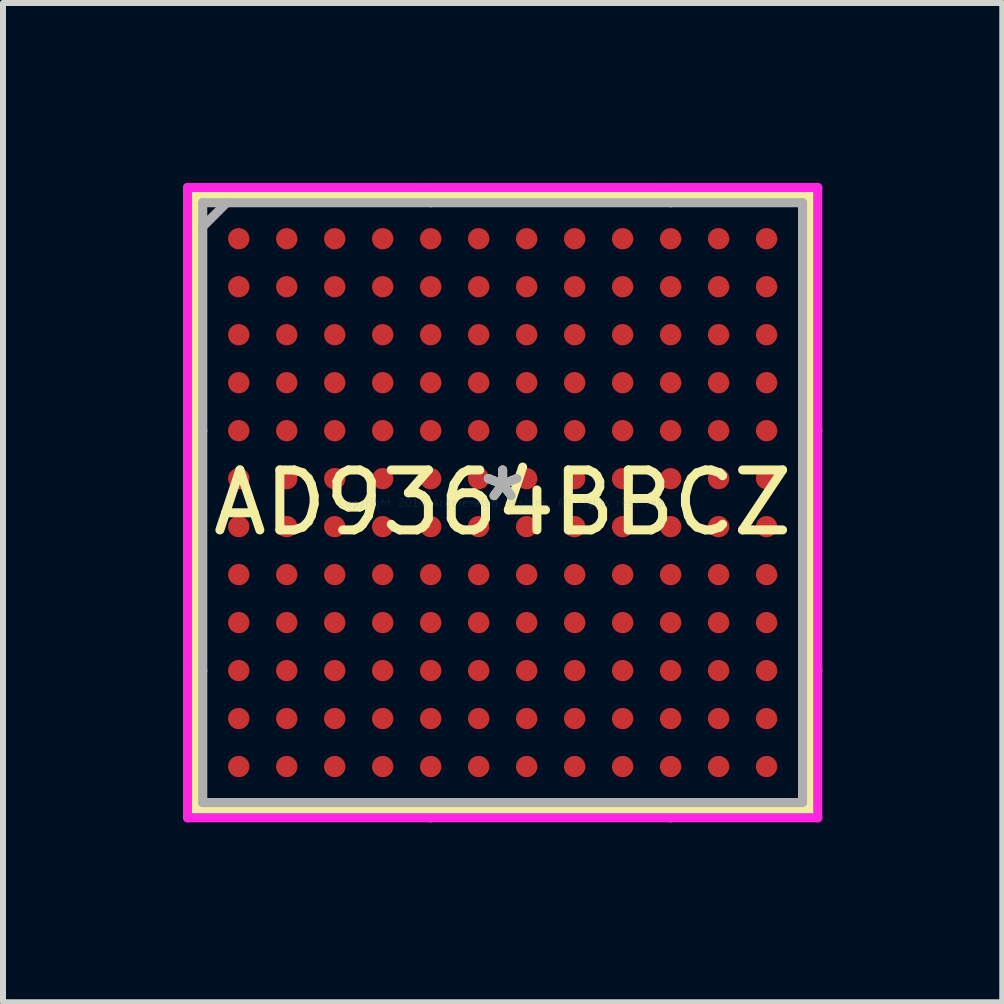
<source format=kicad_pcb>
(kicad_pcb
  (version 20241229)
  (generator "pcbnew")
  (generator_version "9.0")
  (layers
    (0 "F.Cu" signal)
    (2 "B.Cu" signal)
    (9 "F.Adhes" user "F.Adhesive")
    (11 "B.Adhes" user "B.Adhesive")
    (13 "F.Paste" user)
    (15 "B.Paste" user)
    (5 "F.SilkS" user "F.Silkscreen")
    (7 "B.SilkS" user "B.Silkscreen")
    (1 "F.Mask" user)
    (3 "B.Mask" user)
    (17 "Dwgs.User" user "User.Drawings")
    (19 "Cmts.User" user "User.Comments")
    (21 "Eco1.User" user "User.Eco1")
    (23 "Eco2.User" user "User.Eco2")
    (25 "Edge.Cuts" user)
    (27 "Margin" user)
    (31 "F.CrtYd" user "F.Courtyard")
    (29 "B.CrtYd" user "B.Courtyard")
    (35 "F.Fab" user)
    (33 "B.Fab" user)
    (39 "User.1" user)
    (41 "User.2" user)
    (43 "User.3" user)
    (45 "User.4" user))
  (footprint "AD9364BBCZ"
    (layer "F.Cu")
    (at 5.33 5.33)
    (property "Reference" "AD9364BBCZ" (at 0 0 0) (layer "F.SilkS") (effects (font (size 1 1) (thickness 0.15))))
    (attr through_hole)
    (fp_line (start -5.127 -5.127) (end -5.127 5.127) (stroke (width 0.152) (type solid)) (layer "F.SilkS"))
    (fp_line (start -5.127 5.127) (end 5.127 5.127) (stroke (width 0.152) (type solid)) (layer "F.SilkS"))
    (fp_line (start -5 -1.2) (end -5.254 -1.2) (stroke (width 0.152) (type solid)) (layer "F.SilkS"))
    (fp_line (start -5 2.8) (end -5.254 2.8) (stroke (width 0.152) (type solid)) (layer "F.SilkS"))
    (fp_line (start -1.2 -5) (end -1.2 -5.254) (stroke (width 0.152) (type solid)) (layer "F.SilkS"))
    (fp_line (start -1.2 5) (end -1.2 5.254) (stroke (width 0.152) (type solid)) (layer "F.SilkS"))
    (fp_line (start 2.8 -5) (end 2.8 -5.254) (stroke (width 0.152) (type solid)) (layer "F.SilkS"))
    (fp_line (start 2.8 5) (end 2.8 5.254) (stroke (width 0.152) (type solid)) (layer "F.SilkS"))
    (fp_line (start 5 -1.2) (end 5.254 -1.2) (stroke (width 0.152) (type solid)) (layer "F.SilkS"))
    (fp_line (start 5 2.8) (end 5.254 2.8) (stroke (width 0.152) (type solid)) (layer "F.SilkS"))
    (fp_line (start 5.127 -5.127) (end -5.127 -5.127) (stroke (width 0.152) (type solid)) (layer "F.SilkS"))
    (fp_line (start 5.127 5.127) (end 5.127 -5.127) (stroke (width 0.152) (type solid)) (layer "F.SilkS"))
    (fp_line (start -5.254 -5.254) (end 5.254 -5.254) (stroke (width 0.152) (type solid)) (layer "F.CrtYd"))
    (fp_line (start -5.254 5.254) (end -5.254 -5.254) (stroke (width 0.152) (type solid)) (layer "F.CrtYd"))
    (fp_line (start 5.254 -5.254) (end 5.254 5.254) (stroke (width 0.152) (type solid)) (layer "F.CrtYd"))
    (fp_line (start 5.254 5.254) (end -5.254 5.254) (stroke (width 0.152) (type solid)) (layer "F.CrtYd"))
    (fp_line (start -5 -5) (end -5 5) (stroke (width 0.152) (type solid)) (layer "F.Fab"))
    (fp_line (start -5 5) (end 5 5) (stroke (width 0.152) (type solid)) (layer "F.Fab"))
    (fp_line (start -4.6 -5) (end -5 -4.6) (stroke (width 0.152) (type solid)) (layer "F.Fab"))
    (fp_line (start 5 -5) (end -5 -5) (stroke (width 0.152) (type solid)) (layer "F.Fab"))
    (fp_line (start 5 5) (end 5 -5) (stroke (width 0.152) (type solid)) (layer "F.Fab"))
    (fp_text user "*" (at 0 0 0) (layer "F.SilkS") (effects (font (size 1 1) (thickness 0.15))))
    (fp_text user "Copyright 2016 Accelerated Designs. All rights reserved." (at 0 0 0) (layer "Cmts.User") (effects (font (size 0.127 0.127) (thickness 0.002))))
    (fp_text user "*" (at 0 0 0) (layer "F.Fab") (effects (font (size 1 1) (thickness 0.15))))
    (pad "A1" smd circle (at -4.4 -4.4) (size 0.356 0.356) (layers "F.Cu" "F.Mask" "F.Paste"))
    (pad "A2" smd circle (at -3.6 -4.4) (size 0.356 0.356) (layers "F.Cu" "F.Mask" "F.Paste"))
    (pad "A3" smd circle (at -2.8 -4.4) (size 0.356 0.356) (layers "F.Cu" "F.Mask" "F.Paste"))
    (pad "A4" smd circle (at -2 -4.4) (size 0.356 0.356) (layers "F.Cu" "F.Mask" "F.Paste"))
    (pad "A5" smd circle (at -1.2 -4.4) (size 0.356 0.356) (layers "F.Cu" "F.Mask" "F.Paste"))
    (pad "A6" smd circle (at -0.4 -4.4) (size 0.356 0.356) (layers "F.Cu" "F.Mask" "F.Paste"))
    (pad "A7" smd circle (at 0.4 -4.4) (size 0.356 0.356) (layers "F.Cu" "F.Mask" "F.Paste"))
    (pad "A8" smd circle (at 1.2 -4.4) (size 0.356 0.356) (layers "F.Cu" "F.Mask" "F.Paste"))
    (pad "A9" smd circle (at 2 -4.4) (size 0.356 0.356) (layers "F.Cu" "F.Mask" "F.Paste"))
    (pad "A10" smd circle (at 2.8 -4.4) (size 0.356 0.356) (layers "F.Cu" "F.Mask" "F.Paste"))
    (pad "A11" smd circle (at 3.6 -4.4) (size 0.356 0.356) (layers "F.Cu" "F.Mask" "F.Paste"))
    (pad "A12" smd circle (at 4.4 -4.4) (size 0.356 0.356) (layers "F.Cu" "F.Mask" "F.Paste"))
    (pad "B1" smd circle (at -4.4 -3.6) (size 0.356 0.356) (layers "F.Cu" "F.Mask" "F.Paste"))
    (pad "B2" smd circle (at -3.6 -3.6) (size 0.356 0.356) (layers "F.Cu" "F.Mask" "F.Paste"))
    (pad "B3" smd circle (at -2.8 -3.6) (size 0.356 0.356) (layers "F.Cu" "F.Mask" "F.Paste"))
    (pad "B4" smd circle (at -2 -3.6) (size 0.356 0.356) (layers "F.Cu" "F.Mask" "F.Paste"))
    (pad "B5" smd circle (at -1.2 -3.6) (size 0.356 0.356) (layers "F.Cu" "F.Mask" "F.Paste"))
    (pad "B6" smd circle (at -0.4 -3.6) (size 0.356 0.356) (layers "F.Cu" "F.Mask" "F.Paste"))
    (pad "B7" smd circle (at 0.4 -3.6) (size 0.356 0.356) (layers "F.Cu" "F.Mask" "F.Paste"))
    (pad "B8" smd circle (at 1.2 -3.6) (size 0.356 0.356) (layers "F.Cu" "F.Mask" "F.Paste"))
    (pad "B9" smd circle (at 2 -3.6) (size 0.356 0.356) (layers "F.Cu" "F.Mask" "F.Paste"))
    (pad "B10" smd circle (at 2.8 -3.6) (size 0.356 0.356) (layers "F.Cu" "F.Mask" "F.Paste"))
    (pad "B11" smd circle (at 3.6 -3.6) (size 0.356 0.356) (layers "F.Cu" "F.Mask" "F.Paste"))
    (pad "B12" smd circle (at 4.4 -3.6) (size 0.356 0.356) (layers "F.Cu" "F.Mask" "F.Paste"))
    (pad "C1" smd circle (at -4.4 -2.8) (size 0.356 0.356) (layers "F.Cu" "F.Mask" "F.Paste"))
    (pad "C2" smd circle (at -3.6 -2.8) (size 0.356 0.356) (layers "F.Cu" "F.Mask" "F.Paste"))
    (pad "C3" smd circle (at -2.8 -2.8) (size 0.356 0.356) (layers "F.Cu" "F.Mask" "F.Paste"))
    (pad "C4" smd circle (at -2 -2.8) (size 0.356 0.356) (layers "F.Cu" "F.Mask" "F.Paste"))
    (pad "C5" smd circle (at -1.2 -2.8) (size 0.356 0.356) (layers "F.Cu" "F.Mask" "F.Paste"))
    (pad "C6" smd circle (at -0.4 -2.8) (size 0.356 0.356) (layers "F.Cu" "F.Mask" "F.Paste"))
    (pad "C7" smd circle (at 0.4 -2.8) (size 0.356 0.356) (layers "F.Cu" "F.Mask" "F.Paste"))
    (pad "C8" smd circle (at 1.2 -2.8) (size 0.356 0.356) (layers "F.Cu" "F.Mask" "F.Paste"))
    (pad "C9" smd circle (at 2 -2.8) (size 0.356 0.356) (layers "F.Cu" "F.Mask" "F.Paste"))
    (pad "C10" smd circle (at 2.8 -2.8) (size 0.356 0.356) (layers "F.Cu" "F.Mask" "F.Paste"))
    (pad "C11" smd circle (at 3.6 -2.8) (size 0.356 0.356) (layers "F.Cu" "F.Mask" "F.Paste"))
    (pad "C12" smd circle (at 4.4 -2.8) (size 0.356 0.356) (layers "F.Cu" "F.Mask" "F.Paste"))
    (pad "D1" smd circle (at -4.4 -2) (size 0.356 0.356) (layers "F.Cu" "F.Mask" "F.Paste"))
    (pad "D2" smd circle (at -3.6 -2) (size 0.356 0.356) (layers "F.Cu" "F.Mask" "F.Paste"))
    (pad "D3" smd circle (at -2.8 -2) (size 0.356 0.356) (layers "F.Cu" "F.Mask" "F.Paste"))
    (pad "D4" smd circle (at -2 -2) (size 0.356 0.356) (layers "F.Cu" "F.Mask" "F.Paste"))
    (pad "D5" smd circle (at -1.2 -2) (size 0.356 0.356) (layers "F.Cu" "F.Mask" "F.Paste"))
    (pad "D6" smd circle (at -0.4 -2) (size 0.356 0.356) (layers "F.Cu" "F.Mask" "F.Paste"))
    (pad "D7" smd circle (at 0.4 -2) (size 0.356 0.356) (layers "F.Cu" "F.Mask" "F.Paste"))
    (pad "D8" smd circle (at 1.2 -2) (size 0.356 0.356) (layers "F.Cu" "F.Mask" "F.Paste"))
    (pad "D9" smd circle (at 2 -2) (size 0.356 0.356) (layers "F.Cu" "F.Mask" "F.Paste"))
    (pad "D10" smd circle (at 2.8 -2) (size 0.356 0.356) (layers "F.Cu" "F.Mask" "F.Paste"))
    (pad "D11" smd circle (at 3.6 -2) (size 0.356 0.356) (layers "F.Cu" "F.Mask" "F.Paste"))
    (pad "D12" smd circle (at 4.4 -2) (size 0.356 0.356) (layers "F.Cu" "F.Mask" "F.Paste"))
    (pad "E1" smd circle (at -4.4 -1.2) (size 0.356 0.356) (layers "F.Cu" "F.Mask" "F.Paste"))
    (pad "E2" smd circle (at -3.6 -1.2) (size 0.356 0.356) (layers "F.Cu" "F.Mask" "F.Paste"))
    (pad "E3" smd circle (at -2.8 -1.2) (size 0.356 0.356) (layers "F.Cu" "F.Mask" "F.Paste"))
    (pad "E4" smd circle (at -2 -1.2) (size 0.356 0.356) (layers "F.Cu" "F.Mask" "F.Paste"))
    (pad "E5" smd circle (at -1.2 -1.2) (size 0.356 0.356) (layers "F.Cu" "F.Mask" "F.Paste"))
    (pad "E6" smd circle (at -0.4 -1.2) (size 0.356 0.356) (layers "F.Cu" "F.Mask" "F.Paste"))
    (pad "E7" smd circle (at 0.4 -1.2) (size 0.356 0.356) (layers "F.Cu" "F.Mask" "F.Paste"))
    (pad "E8" smd circle (at 1.2 -1.2) (size 0.356 0.356) (layers "F.Cu" "F.Mask" "F.Paste"))
    (pad "E9" smd circle (at 2 -1.2) (size 0.356 0.356) (layers "F.Cu" "F.Mask" "F.Paste"))
    (pad "E10" smd circle (at 2.8 -1.2) (size 0.356 0.356) (layers "F.Cu" "F.Mask" "F.Paste"))
    (pad "E11" smd circle (at 3.6 -1.2) (size 0.356 0.356) (layers "F.Cu" "F.Mask" "F.Paste"))
    (pad "E12" smd circle (at 4.4 -1.2) (size 0.356 0.356) (layers "F.Cu" "F.Mask" "F.Paste"))
    (pad "F1" smd circle (at -4.4 -0.4) (size 0.356 0.356) (layers "F.Cu" "F.Mask" "F.Paste"))
    (pad "F2" smd circle (at -3.6 -0.4) (size 0.356 0.356) (layers "F.Cu" "F.Mask" "F.Paste"))
    (pad "F3" smd circle (at -2.8 -0.4) (size 0.356 0.356) (layers "F.Cu" "F.Mask" "F.Paste"))
    (pad "F4" smd circle (at -2 -0.4) (size 0.356 0.356) (layers "F.Cu" "F.Mask" "F.Paste"))
    (pad "F5" smd circle (at -1.2 -0.4) (size 0.356 0.356) (layers "F.Cu" "F.Mask" "F.Paste"))
    (pad "F6" smd circle (at -0.4 -0.4) (size 0.356 0.356) (layers "F.Cu" "F.Mask" "F.Paste"))
    (pad "F7" smd circle (at 0.4 -0.4) (size 0.356 0.356) (layers "F.Cu" "F.Mask" "F.Paste"))
    (pad "F8" smd circle (at 1.2 -0.4) (size 0.356 0.356) (layers "F.Cu" "F.Mask" "F.Paste"))
    (pad "F9" smd circle (at 2 -0.4) (size 0.356 0.356) (layers "F.Cu" "F.Mask" "F.Paste"))
    (pad "F10" smd circle (at 2.8 -0.4) (size 0.356 0.356) (layers "F.Cu" "F.Mask" "F.Paste"))
    (pad "F11" smd circle (at 3.6 -0.4) (size 0.356 0.356) (layers "F.Cu" "F.Mask" "F.Paste"))
    (pad "F12" smd circle (at 4.4 -0.4) (size 0.356 0.356) (layers "F.Cu" "F.Mask" "F.Paste"))
    (pad "G1" smd circle (at -4.4 0.4) (size 0.356 0.356) (layers "F.Cu" "F.Mask" "F.Paste"))
    (pad "G2" smd circle (at -3.6 0.4) (size 0.356 0.356) (layers "F.Cu" "F.Mask" "F.Paste"))
    (pad "G3" smd circle (at -2.8 0.4) (size 0.356 0.356) (layers "F.Cu" "F.Mask" "F.Paste"))
    (pad "G4" smd circle (at -2 0.4) (size 0.356 0.356) (layers "F.Cu" "F.Mask" "F.Paste"))
    (pad "G5" smd circle (at -1.2 0.4) (size 0.356 0.356) (layers "F.Cu" "F.Mask" "F.Paste"))
    (pad "G6" smd circle (at -0.4 0.4) (size 0.356 0.356) (layers "F.Cu" "F.Mask" "F.Paste"))
    (pad "G7" smd circle (at 0.4 0.4) (size 0.356 0.356) (layers "F.Cu" "F.Mask" "F.Paste"))
    (pad "G8" smd circle (at 1.2 0.4) (size 0.356 0.356) (layers "F.Cu" "F.Mask" "F.Paste"))
    (pad "G9" smd circle (at 2 0.4) (size 0.356 0.356) (layers "F.Cu" "F.Mask" "F.Paste"))
    (pad "G10" smd circle (at 2.8 0.4) (size 0.356 0.356) (layers "F.Cu" "F.Mask" "F.Paste"))
    (pad "G11" smd circle (at 3.6 0.4) (size 0.356 0.356) (layers "F.Cu" "F.Mask" "F.Paste"))
    (pad "G12" smd circle (at 4.4 0.4) (size 0.356 0.356) (layers "F.Cu" "F.Mask" "F.Paste"))
    (pad "H1" smd circle (at -4.4 1.2) (size 0.356 0.356) (layers "F.Cu" "F.Mask" "F.Paste"))
    (pad "H2" smd circle (at -3.6 1.2) (size 0.356 0.356) (layers "F.Cu" "F.Mask" "F.Paste"))
    (pad "H3" smd circle (at -2.8 1.2) (size 0.356 0.356) (layers "F.Cu" "F.Mask" "F.Paste"))
    (pad "H4" smd circle (at -2 1.2) (size 0.356 0.356) (layers "F.Cu" "F.Mask" "F.Paste"))
    (pad "H5" smd circle (at -1.2 1.2) (size 0.356 0.356) (layers "F.Cu" "F.Mask" "F.Paste"))
    (pad "H6" smd circle (at -0.4 1.2) (size 0.356 0.356) (layers "F.Cu" "F.Mask" "F.Paste"))
    (pad "H7" smd circle (at 0.4 1.2) (size 0.356 0.356) (layers "F.Cu" "F.Mask" "F.Paste"))
    (pad "H8" smd circle (at 1.2 1.2) (size 0.356 0.356) (layers "F.Cu" "F.Mask" "F.Paste"))
    (pad "H9" smd circle (at 2 1.2) (size 0.356 0.356) (layers "F.Cu" "F.Mask" "F.Paste"))
    (pad "H10" smd circle (at 2.8 1.2) (size 0.356 0.356) (layers "F.Cu" "F.Mask" "F.Paste"))
    (pad "H11" smd circle (at 3.6 1.2) (size 0.356 0.356) (layers "F.Cu" "F.Mask" "F.Paste"))
    (pad "H12" smd circle (at 4.4 1.2) (size 0.356 0.356) (layers "F.Cu" "F.Mask" "F.Paste"))
    (pad "J1" smd circle (at -4.4 2) (size 0.356 0.356) (layers "F.Cu" "F.Mask" "F.Paste"))
    (pad "J2" smd circle (at -3.6 2) (size 0.356 0.356) (layers "F.Cu" "F.Mask" "F.Paste"))
    (pad "J3" smd circle (at -2.8 2) (size 0.356 0.356) (layers "F.Cu" "F.Mask" "F.Paste"))
    (pad "J4" smd circle (at -2 2) (size 0.356 0.356) (layers "F.Cu" "F.Mask" "F.Paste"))
    (pad "J5" smd circle (at -1.2 2) (size 0.356 0.356) (layers "F.Cu" "F.Mask" "F.Paste"))
    (pad "J6" smd circle (at -0.4 2) (size 0.356 0.356) (layers "F.Cu" "F.Mask" "F.Paste"))
    (pad "J7" smd circle (at 0.4 2) (size 0.356 0.356) (layers "F.Cu" "F.Mask" "F.Paste"))
    (pad "J8" smd circle (at 1.2 2) (size 0.356 0.356) (layers "F.Cu" "F.Mask" "F.Paste"))
    (pad "J9" smd circle (at 2 2) (size 0.356 0.356) (layers "F.Cu" "F.Mask" "F.Paste"))
    (pad "J10" smd circle (at 2.8 2) (size 0.356 0.356) (layers "F.Cu" "F.Mask" "F.Paste"))
    (pad "J11" smd circle (at 3.6 2) (size 0.356 0.356) (layers "F.Cu" "F.Mask" "F.Paste"))
    (pad "J12" smd circle (at 4.4 2) (size 0.356 0.356) (layers "F.Cu" "F.Mask" "F.Paste"))
    (pad "K1" smd circle (at -4.4 2.8) (size 0.356 0.356) (layers "F.Cu" "F.Mask" "F.Paste"))
    (pad "K2" smd circle (at -3.6 2.8) (size 0.356 0.356) (layers "F.Cu" "F.Mask" "F.Paste"))
    (pad "K3" smd circle (at -2.8 2.8) (size 0.356 0.356) (layers "F.Cu" "F.Mask" "F.Paste"))
    (pad "K4" smd circle (at -2 2.8) (size 0.356 0.356) (layers "F.Cu" "F.Mask" "F.Paste"))
    (pad "K5" smd circle (at -1.2 2.8) (size 0.356 0.356) (layers "F.Cu" "F.Mask" "F.Paste"))
    (pad "K6" smd circle (at -0.4 2.8) (size 0.356 0.356) (layers "F.Cu" "F.Mask" "F.Paste"))
    (pad "K7" smd circle (at 0.4 2.8) (size 0.356 0.356) (layers "F.Cu" "F.Mask" "F.Paste"))
    (pad "K8" smd circle (at 1.2 2.8) (size 0.356 0.356) (layers "F.Cu" "F.Mask" "F.Paste"))
    (pad "K9" smd circle (at 2 2.8) (size 0.356 0.356) (layers "F.Cu" "F.Mask" "F.Paste"))
    (pad "K10" smd circle (at 2.8 2.8) (size 0.356 0.356) (layers "F.Cu" "F.Mask" "F.Paste"))
    (pad "K11" smd circle (at 3.6 2.8) (size 0.356 0.356) (layers "F.Cu" "F.Mask" "F.Paste"))
    (pad "K12" smd circle (at 4.4 2.8) (size 0.356 0.356) (layers "F.Cu" "F.Mask" "F.Paste"))
    (pad "L1" smd circle (at -4.4 3.6) (size 0.356 0.356) (layers "F.Cu" "F.Mask" "F.Paste"))
    (pad "L2" smd circle (at -3.6 3.6) (size 0.356 0.356) (layers "F.Cu" "F.Mask" "F.Paste"))
    (pad "L3" smd circle (at -2.8 3.6) (size 0.356 0.356) (layers "F.Cu" "F.Mask" "F.Paste"))
    (pad "L4" smd circle (at -2 3.6) (size 0.356 0.356) (layers "F.Cu" "F.Mask" "F.Paste"))
    (pad "L5" smd circle (at -1.2 3.6) (size 0.356 0.356) (layers "F.Cu" "F.Mask" "F.Paste"))
    (pad "L6" smd circle (at -0.4 3.6) (size 0.356 0.356) (layers "F.Cu" "F.Mask" "F.Paste"))
    (pad "L7" smd circle (at 0.4 3.6) (size 0.356 0.356) (layers "F.Cu" "F.Mask" "F.Paste"))
    (pad "L8" smd circle (at 1.2 3.6) (size 0.356 0.356) (layers "F.Cu" "F.Mask" "F.Paste"))
    (pad "L9" smd circle (at 2 3.6) (size 0.356 0.356) (layers "F.Cu" "F.Mask" "F.Paste"))
    (pad "L10" smd circle (at 2.8 3.6) (size 0.356 0.356) (layers "F.Cu" "F.Mask" "F.Paste"))
    (pad "L11" smd circle (at 3.6 3.6) (size 0.356 0.356) (layers "F.Cu" "F.Mask" "F.Paste"))
    (pad "L12" smd circle (at 4.4 3.6) (size 0.356 0.356) (layers "F.Cu" "F.Mask" "F.Paste"))
    (pad "M1" smd circle (at -4.4 4.4) (size 0.356 0.356) (layers "F.Cu" "F.Mask" "F.Paste"))
    (pad "M2" smd circle (at -3.6 4.4) (size 0.356 0.356) (layers "F.Cu" "F.Mask" "F.Paste"))
    (pad "M3" smd circle (at -2.8 4.4) (size 0.356 0.356) (layers "F.Cu" "F.Mask" "F.Paste"))
    (pad "M4" smd circle (at -2 4.4) (size 0.356 0.356) (layers "F.Cu" "F.Mask" "F.Paste"))
    (pad "M5" smd circle (at -1.2 4.4) (size 0.356 0.356) (layers "F.Cu" "F.Mask" "F.Paste"))
    (pad "M6" smd circle (at -0.4 4.4) (size 0.356 0.356) (layers "F.Cu" "F.Mask" "F.Paste"))
    (pad "M7" smd circle (at 0.4 4.4) (size 0.356 0.356) (layers "F.Cu" "F.Mask" "F.Paste"))
    (pad "M8" smd circle (at 1.2 4.4) (size 0.356 0.356) (layers "F.Cu" "F.Mask" "F.Paste"))
    (pad "M9" smd circle (at 2 4.4) (size 0.356 0.356) (layers "F.Cu" "F.Mask" "F.Paste"))
    (pad "M10" smd circle (at 2.8 4.4) (size 0.356 0.356) (layers "F.Cu" "F.Mask" "F.Paste"))
    (pad "M11" smd circle (at 3.6 4.4) (size 0.356 0.356) (layers "F.Cu" "F.Mask" "F.Paste"))
    (pad "M12" smd circle (at 4.4 4.4) (size 0.356 0.356) (layers "F.Cu" "F.Mask" "F.Paste")))
  (gr_rect
    (start -3 -3)
    (end 13.66 13.66)
    (stroke (width 0.1) (type default))
    (fill no)
    (layer "Edge.Cuts")))
</source>
